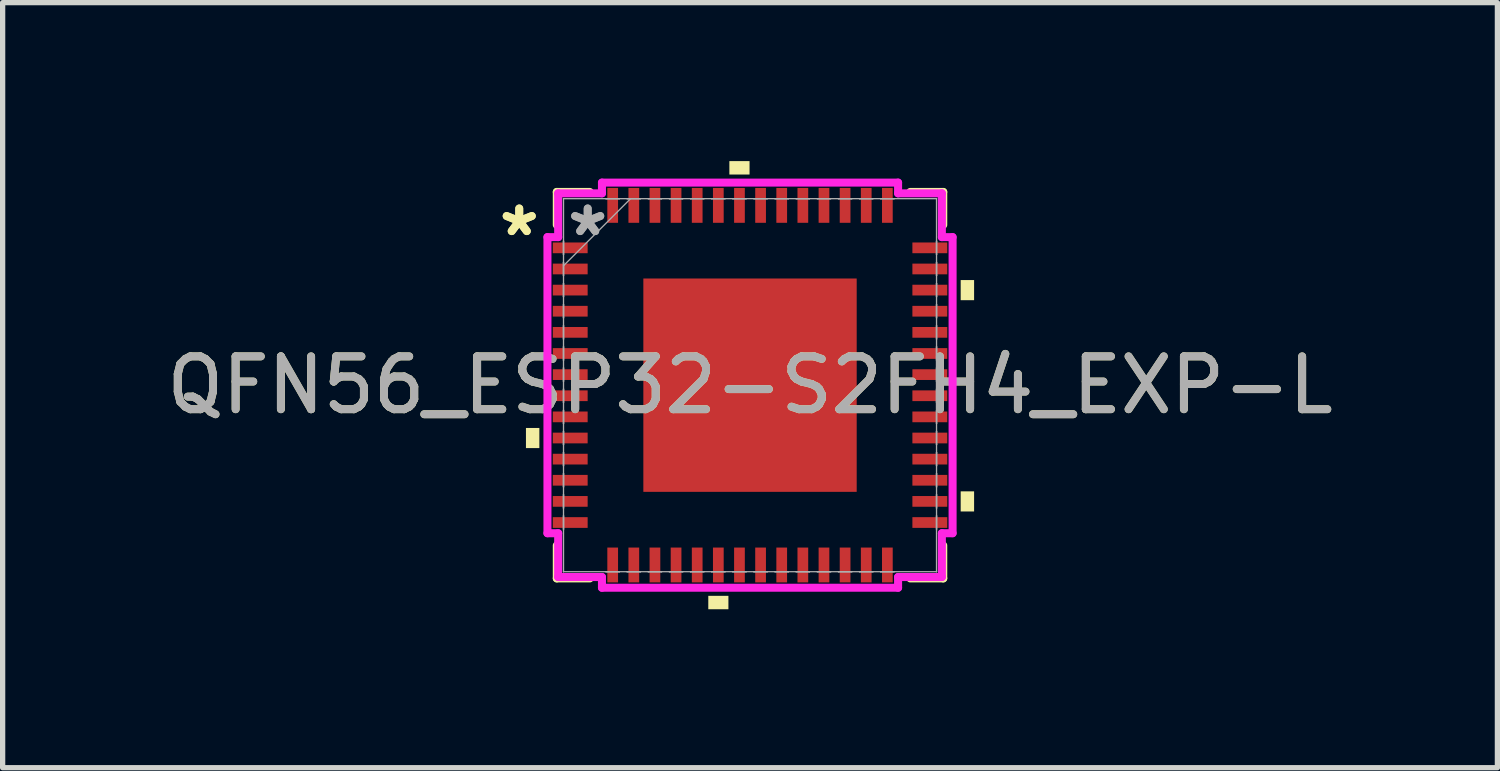
<source format=kicad_pcb>
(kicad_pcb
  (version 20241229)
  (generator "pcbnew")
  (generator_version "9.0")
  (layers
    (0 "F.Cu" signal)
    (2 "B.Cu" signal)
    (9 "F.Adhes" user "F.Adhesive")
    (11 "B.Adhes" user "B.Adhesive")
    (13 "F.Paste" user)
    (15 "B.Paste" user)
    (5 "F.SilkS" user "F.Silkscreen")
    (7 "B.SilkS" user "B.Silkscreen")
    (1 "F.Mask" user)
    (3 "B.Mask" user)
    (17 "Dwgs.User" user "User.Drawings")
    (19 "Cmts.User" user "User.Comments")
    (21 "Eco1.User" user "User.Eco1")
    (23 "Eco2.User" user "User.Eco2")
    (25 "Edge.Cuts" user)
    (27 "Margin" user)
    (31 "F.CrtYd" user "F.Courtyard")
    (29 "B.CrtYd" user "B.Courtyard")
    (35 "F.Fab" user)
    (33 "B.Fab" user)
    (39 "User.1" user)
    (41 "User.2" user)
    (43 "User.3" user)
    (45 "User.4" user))
  (footprint "QFN56_ESP32-S2FH4_EXP-L"
    (layer "F.Cu")
    (at 11.149 4.242)
    (property "Reference" "QFN56_ESP32-S2FH4_EXP-L" (at 0 0 0) (unlocked yes) (layer "F.SilkS") (effects (font (size 1 1) (thickness 0.15))))
    (attr smd)
    (fp_line (start -3.658 -3.658) (end -3.658 -3.034) (stroke (width 0.152) (type solid)) (layer "F.SilkS"))
    (fp_line (start -3.658 3.034) (end -3.658 3.658) (stroke (width 0.152) (type solid)) (layer "F.SilkS"))
    (fp_line (start -3.658 3.658) (end -3.034 3.658) (stroke (width 0.152) (type solid)) (layer "F.SilkS"))
    (fp_line (start -3.034 -3.658) (end -3.658 -3.658) (stroke (width 0.152) (type solid)) (layer "F.SilkS"))
    (fp_line (start 3.034 3.658) (end 3.658 3.658) (stroke (width 0.152) (type solid)) (layer "F.SilkS"))
    (fp_line (start 3.658 -3.658) (end 3.034 -3.658) (stroke (width 0.152) (type solid)) (layer "F.SilkS"))
    (fp_line (start 3.658 -3.034) (end 3.658 -3.658) (stroke (width 0.152) (type solid)) (layer "F.SilkS"))
    (fp_line (start 3.658 3.658) (end 3.658 3.034) (stroke (width 0.152) (type solid)) (layer "F.SilkS"))
    (fp_poly (pts (xy -4.242 0.81) (xy -4.242 1.191) (xy -3.988 1.191) (xy -3.988 0.81)) (stroke (width 0) (type solid)) (fill yes) (layer "F.SilkS"))
    (fp_poly (pts (xy -0.79 3.988) (xy -0.79 4.242) (xy -0.409 4.242) (xy -0.409 3.988)) (stroke (width 0) (type solid)) (fill yes) (layer "F.SilkS"))
    (fp_poly (pts (xy -0.391 -3.988) (xy -0.391 -4.242) (xy -0.009 -4.242) (xy -0.009 -3.988)) (stroke (width 0) (type solid)) (fill yes) (layer "F.SilkS"))
    (fp_poly (pts (xy 4.242 -1.99) (xy 4.242 -1.609) (xy 3.988 -1.609) (xy 3.988 -1.99)) (stroke (width 0) (type solid)) (fill yes) (layer "F.SilkS"))
    (fp_poly (pts (xy 4.242 2.01) (xy 4.242 2.391) (xy 3.988 2.391) (xy 3.988 2.01)) (stroke (width 0) (type solid)) (fill yes) (layer "F.SilkS"))
    (fp_poly (pts (xy -1.919 -1.919) (xy -1.919 -0.773) (xy -0.773 -0.773) (xy -0.773 -1.919)) (stroke (width 0) (type solid)) (fill yes) (layer "F.Paste"))
    (fp_poly (pts (xy -1.919 -0.573) (xy -1.919 0.573) (xy -0.773 0.573) (xy -0.773 -0.573)) (stroke (width 0) (type solid)) (fill yes) (layer "F.Paste"))
    (fp_poly (pts (xy -1.919 0.773) (xy -1.919 1.919) (xy -0.773 1.919) (xy -0.773 0.773)) (stroke (width 0) (type solid)) (fill yes) (layer "F.Paste"))
    (fp_poly (pts (xy -0.573 -1.919) (xy -0.573 -0.773) (xy 0.573 -0.773) (xy 0.573 -1.919)) (stroke (width 0) (type solid)) (fill yes) (layer "F.Paste"))
    (fp_poly (pts (xy -0.573 -0.573) (xy -0.573 0.573) (xy 0.573 0.573) (xy 0.573 -0.573)) (stroke (width 0) (type solid)) (fill yes) (layer "F.Paste"))
    (fp_poly (pts (xy -0.573 0.773) (xy -0.573 1.919) (xy 0.573 1.919) (xy 0.573 0.773)) (stroke (width 0) (type solid)) (fill yes) (layer "F.Paste"))
    (fp_poly (pts (xy 0.773 -1.919) (xy 0.773 -0.773) (xy 1.919 -0.773) (xy 1.919 -1.919)) (stroke (width 0) (type solid)) (fill yes) (layer "F.Paste"))
    (fp_poly (pts (xy 0.773 -0.573) (xy 0.773 0.573) (xy 1.919 0.573) (xy 1.919 -0.573)) (stroke (width 0) (type solid)) (fill yes) (layer "F.Paste"))
    (fp_poly (pts (xy 0.773 0.773) (xy 0.773 1.919) (xy 1.919 1.919) (xy 1.919 0.773)) (stroke (width 0) (type solid)) (fill yes) (layer "F.Paste"))
    (fp_line (start -3.835 -2.803) (end -3.632 -2.803) (stroke (width 0.152) (type solid)) (layer "F.CrtYd"))
    (fp_line (start -3.835 2.803) (end -3.835 -2.803) (stroke (width 0.152) (type solid)) (layer "F.CrtYd"))
    (fp_line (start -3.632 -3.632) (end -2.803 -3.632) (stroke (width 0.152) (type solid)) (layer "F.CrtYd"))
    (fp_line (start -3.632 -2.803) (end -3.632 -3.632) (stroke (width 0.152) (type solid)) (layer "F.CrtYd"))
    (fp_line (start -3.632 2.803) (end -3.835 2.803) (stroke (width 0.152) (type solid)) (layer "F.CrtYd"))
    (fp_line (start -3.632 3.632) (end -3.632 2.803) (stroke (width 0.152) (type solid)) (layer "F.CrtYd"))
    (fp_line (start -2.803 -3.835) (end 2.803 -3.835) (stroke (width 0.152) (type solid)) (layer "F.CrtYd"))
    (fp_line (start -2.803 -3.632) (end -2.803 -3.835) (stroke (width 0.152) (type solid)) (layer "F.CrtYd"))
    (fp_line (start -2.803 3.632) (end -3.632 3.632) (stroke (width 0.152) (type solid)) (layer "F.CrtYd"))
    (fp_line (start -2.803 3.835) (end -2.803 3.632) (stroke (width 0.152) (type solid)) (layer "F.CrtYd"))
    (fp_line (start 2.803 -3.835) (end 2.803 -3.632) (stroke (width 0.152) (type solid)) (layer "F.CrtYd"))
    (fp_line (start 2.803 -3.632) (end 3.632 -3.632) (stroke (width 0.152) (type solid)) (layer "F.CrtYd"))
    (fp_line (start 2.803 3.632) (end 2.803 3.835) (stroke (width 0.152) (type solid)) (layer "F.CrtYd"))
    (fp_line (start 2.803 3.835) (end -2.803 3.835) (stroke (width 0.152) (type solid)) (layer "F.CrtYd"))
    (fp_line (start 3.632 -3.632) (end 3.632 -2.803) (stroke (width 0.152) (type solid)) (layer "F.CrtYd"))
    (fp_line (start 3.632 -2.803) (end 3.835 -2.803) (stroke (width 0.152) (type solid)) (layer "F.CrtYd"))
    (fp_line (start 3.632 2.803) (end 3.632 3.632) (stroke (width 0.152) (type solid)) (layer "F.CrtYd"))
    (fp_line (start 3.632 3.632) (end 2.803 3.632) (stroke (width 0.152) (type solid)) (layer "F.CrtYd"))
    (fp_line (start 3.835 -2.803) (end 3.835 2.803) (stroke (width 0.152) (type solid)) (layer "F.CrtYd"))
    (fp_line (start 3.835 2.803) (end 3.632 2.803) (stroke (width 0.152) (type solid)) (layer "F.CrtYd"))
    (fp_line (start -3.531 -3.531) (end -3.531 -3.531) (stroke (width 0.025) (type solid)) (layer "F.Fab"))
    (fp_line (start -3.531 -3.531) (end -3.531 3.531) (stroke (width 0.025) (type solid)) (layer "F.Fab"))
    (fp_line (start -3.531 -2.727) (end -3.531 -2.727) (stroke (width 0.025) (type solid)) (layer "F.Fab"))
    (fp_line (start -3.531 -2.727) (end -3.531 -2.473) (stroke (width 0.025) (type solid)) (layer "F.Fab"))
    (fp_line (start -3.531 -2.473) (end -3.531 -2.727) (stroke (width 0.025) (type solid)) (layer "F.Fab"))
    (fp_line (start -3.531 -2.473) (end -3.531 -2.473) (stroke (width 0.025) (type solid)) (layer "F.Fab"))
    (fp_line (start -3.531 -2.327) (end -3.531 -2.327) (stroke (width 0.025) (type solid)) (layer "F.Fab"))
    (fp_line (start -3.531 -2.327) (end -3.531 -2.073) (stroke (width 0.025) (type solid)) (layer "F.Fab"))
    (fp_line (start -3.531 -2.261) (end -2.261 -3.531) (stroke (width 0.025) (type solid)) (layer "F.Fab"))
    (fp_line (start -3.531 -2.073) (end -3.531 -2.327) (stroke (width 0.025) (type solid)) (layer "F.Fab"))
    (fp_line (start -3.531 -2.073) (end -3.531 -2.073) (stroke (width 0.025) (type solid)) (layer "F.Fab"))
    (fp_line (start -3.531 -1.927) (end -3.531 -1.927) (stroke (width 0.025) (type solid)) (layer "F.Fab"))
    (fp_line (start -3.531 -1.927) (end -3.531 -1.673) (stroke (width 0.025) (type solid)) (layer "F.Fab"))
    (fp_line (start -3.531 -1.673) (end -3.531 -1.927) (stroke (width 0.025) (type solid)) (layer "F.Fab"))
    (fp_line (start -3.531 -1.673) (end -3.531 -1.673) (stroke (width 0.025) (type solid)) (layer "F.Fab"))
    (fp_line (start -3.531 -1.527) (end -3.531 -1.527) (stroke (width 0.025) (type solid)) (layer "F.Fab"))
    (fp_line (start -3.531 -1.527) (end -3.531 -1.273) (stroke (width 0.025) (type solid)) (layer "F.Fab"))
    (fp_line (start -3.531 -1.273) (end -3.531 -1.527) (stroke (width 0.025) (type solid)) (layer "F.Fab"))
    (fp_line (start -3.531 -1.273) (end -3.531 -1.273) (stroke (width 0.025) (type solid)) (layer "F.Fab"))
    (fp_line (start -3.531 -1.127) (end -3.531 -1.127) (stroke (width 0.025) (type solid)) (layer "F.Fab"))
    (fp_line (start -3.531 -1.127) (end -3.531 -0.873) (stroke (width 0.025) (type solid)) (layer "F.Fab"))
    (fp_line (start -3.531 -0.873) (end -3.531 -1.127) (stroke (width 0.025) (type solid)) (layer "F.Fab"))
    (fp_line (start -3.531 -0.873) (end -3.531 -0.873) (stroke (width 0.025) (type solid)) (layer "F.Fab"))
    (fp_line (start -3.531 -0.727) (end -3.531 -0.727) (stroke (width 0.025) (type solid)) (layer "F.Fab"))
    (fp_line (start -3.531 -0.727) (end -3.531 -0.473) (stroke (width 0.025) (type solid)) (layer "F.Fab"))
    (fp_line (start -3.531 -0.473) (end -3.531 -0.727) (stroke (width 0.025) (type solid)) (layer "F.Fab"))
    (fp_line (start -3.531 -0.473) (end -3.531 -0.473) (stroke (width 0.025) (type solid)) (layer "F.Fab"))
    (fp_line (start -3.531 -0.327) (end -3.531 -0.327) (stroke (width 0.025) (type solid)) (layer "F.Fab"))
    (fp_line (start -3.531 -0.327) (end -3.531 -0.073) (stroke (width 0.025) (type solid)) (layer "F.Fab"))
    (fp_line (start -3.531 -0.073) (end -3.531 -0.327) (stroke (width 0.025) (type solid)) (layer "F.Fab"))
    (fp_line (start -3.531 -0.073) (end -3.531 -0.073) (stroke (width 0.025) (type solid)) (layer "F.Fab"))
    (fp_line (start -3.531 0.073) (end -3.531 0.073) (stroke (width 0.025) (type solid)) (layer "F.Fab"))
    (fp_line (start -3.531 0.073) (end -3.531 0.327) (stroke (width 0.025) (type solid)) (layer "F.Fab"))
    (fp_line (start -3.531 0.327) (end -3.531 0.073) (stroke (width 0.025) (type solid)) (layer "F.Fab"))
    (fp_line (start -3.531 0.327) (end -3.531 0.327) (stroke (width 0.025) (type solid)) (layer "F.Fab"))
    (fp_line (start -3.531 0.473) (end -3.531 0.473) (stroke (width 0.025) (type solid)) (layer "F.Fab"))
    (fp_line (start -3.531 0.473) (end -3.531 0.727) (stroke (width 0.025) (type solid)) (layer "F.Fab"))
    (fp_line (start -3.531 0.727) (end -3.531 0.473) (stroke (width 0.025) (type solid)) (layer "F.Fab"))
    (fp_line (start -3.531 0.727) (end -3.531 0.727) (stroke (width 0.025) (type solid)) (layer "F.Fab"))
    (fp_line (start -3.531 0.873) (end -3.531 0.873) (stroke (width 0.025) (type solid)) (layer "F.Fab"))
    (fp_line (start -3.531 0.873) (end -3.531 1.127) (stroke (width 0.025) (type solid)) (layer "F.Fab"))
    (fp_line (start -3.531 1.127) (end -3.531 0.873) (stroke (width 0.025) (type solid)) (layer "F.Fab"))
    (fp_line (start -3.531 1.127) (end -3.531 1.127) (stroke (width 0.025) (type solid)) (layer "F.Fab"))
    (fp_line (start -3.531 1.273) (end -3.531 1.273) (stroke (width 0.025) (type solid)) (layer "F.Fab"))
    (fp_line (start -3.531 1.273) (end -3.531 1.527) (stroke (width 0.025) (type solid)) (layer "F.Fab"))
    (fp_line (start -3.531 1.527) (end -3.531 1.273) (stroke (width 0.025) (type solid)) (layer "F.Fab"))
    (fp_line (start -3.531 1.527) (end -3.531 1.527) (stroke (width 0.025) (type solid)) (layer "F.Fab"))
    (fp_line (start -3.531 1.673) (end -3.531 1.673) (stroke (width 0.025) (type solid)) (layer "F.Fab"))
    (fp_line (start -3.531 1.673) (end -3.531 1.927) (stroke (width 0.025) (type solid)) (layer "F.Fab"))
    (fp_line (start -3.531 1.927) (end -3.531 1.673) (stroke (width 0.025) (type solid)) (layer "F.Fab"))
    (fp_line (start -3.531 1.927) (end -3.531 1.927) (stroke (width 0.025) (type solid)) (layer "F.Fab"))
    (fp_line (start -3.531 2.073) (end -3.531 2.073) (stroke (width 0.025) (type solid)) (layer "F.Fab"))
    (fp_line (start -3.531 2.073) (end -3.531 2.327) (stroke (width 0.025) (type solid)) (layer "F.Fab"))
    (fp_line (start -3.531 2.327) (end -3.531 2.073) (stroke (width 0.025) (type solid)) (layer "F.Fab"))
    (fp_line (start -3.531 2.327) (end -3.531 2.327) (stroke (width 0.025) (type solid)) (layer "F.Fab"))
    (fp_line (start -3.531 2.473) (end -3.531 2.473) (stroke (width 0.025) (type solid)) (layer "F.Fab"))
    (fp_line (start -3.531 2.473) (end -3.531 2.727) (stroke (width 0.025) (type solid)) (layer "F.Fab"))
    (fp_line (start -3.531 2.727) (end -3.531 2.473) (stroke (width 0.025) (type solid)) (layer "F.Fab"))
    (fp_line (start -3.531 2.727) (end -3.531 2.727) (stroke (width 0.025) (type solid)) (layer "F.Fab"))
    (fp_line (start -3.531 3.531) (end -3.531 3.531) (stroke (width 0.025) (type solid)) (layer "F.Fab"))
    (fp_line (start -3.531 3.531) (end 3.531 3.531) (stroke (width 0.025) (type solid)) (layer "F.Fab"))
    (fp_line (start -2.727 -3.531) (end -2.727 -3.531) (stroke (width 0.025) (type solid)) (layer "F.Fab"))
    (fp_line (start -2.727 -3.531) (end -2.473 -3.531) (stroke (width 0.025) (type solid)) (layer "F.Fab"))
    (fp_line (start -2.727 3.531) (end -2.727 3.531) (stroke (width 0.025) (type solid)) (layer "F.Fab"))
    (fp_line (start -2.727 3.531) (end -2.473 3.531) (stroke (width 0.025) (type solid)) (layer "F.Fab"))
    (fp_line (start -2.473 -3.531) (end -2.727 -3.531) (stroke (width 0.025) (type solid)) (layer "F.Fab"))
    (fp_line (start -2.473 -3.531) (end -2.473 -3.531) (stroke (width 0.025) (type solid)) (layer "F.Fab"))
    (fp_line (start -2.473 3.531) (end -2.727 3.531) (stroke (width 0.025) (type solid)) (layer "F.Fab"))
    (fp_line (start -2.473 3.531) (end -2.473 3.531) (stroke (width 0.025) (type solid)) (layer "F.Fab"))
    (fp_line (start -2.327 -3.531) (end -2.327 -3.531) (stroke (width 0.025) (type solid)) (layer "F.Fab"))
    (fp_line (start -2.327 -3.531) (end -2.073 -3.531) (stroke (width 0.025) (type solid)) (layer "F.Fab"))
    (fp_line (start -2.327 3.531) (end -2.327 3.531) (stroke (width 0.025) (type solid)) (layer "F.Fab"))
    (fp_line (start -2.327 3.531) (end -2.073 3.531) (stroke (width 0.025) (type solid)) (layer "F.Fab"))
    (fp_line (start -2.073 -3.531) (end -2.327 -3.531) (stroke (width 0.025) (type solid)) (layer "F.Fab"))
    (fp_line (start -2.073 -3.531) (end -2.073 -3.531) (stroke (width 0.025) (type solid)) (layer "F.Fab"))
    (fp_line (start -2.073 3.531) (end -2.327 3.531) (stroke (width 0.025) (type solid)) (layer "F.Fab"))
    (fp_line (start -2.073 3.531) (end -2.073 3.531) (stroke (width 0.025) (type solid)) (layer "F.Fab"))
    (fp_line (start -1.927 -3.531) (end -1.927 -3.531) (stroke (width 0.025) (type solid)) (layer "F.Fab"))
    (fp_line (start -1.927 -3.531) (end -1.673 -3.531) (stroke (width 0.025) (type solid)) (layer "F.Fab"))
    (fp_line (start -1.927 3.531) (end -1.927 3.531) (stroke (width 0.025) (type solid)) (layer "F.Fab"))
    (fp_line (start -1.927 3.531) (end -1.673 3.531) (stroke (width 0.025) (type solid)) (layer "F.Fab"))
    (fp_line (start -1.673 -3.531) (end -1.927 -3.531) (stroke (width 0.025) (type solid)) (layer "F.Fab"))
    (fp_line (start -1.673 -3.531) (end -1.673 -3.531) (stroke (width 0.025) (type solid)) (layer "F.Fab"))
    (fp_line (start -1.673 3.531) (end -1.927 3.531) (stroke (width 0.025) (type solid)) (layer "F.Fab"))
    (fp_line (start -1.673 3.531) (end -1.673 3.531) (stroke (width 0.025) (type solid)) (layer "F.Fab"))
    (fp_line (start -1.527 -3.531) (end -1.527 -3.531) (stroke (width 0.025) (type solid)) (layer "F.Fab"))
    (fp_line (start -1.527 -3.531) (end -1.273 -3.531) (stroke (width 0.025) (type solid)) (layer "F.Fab"))
    (fp_line (start -1.527 3.531) (end -1.527 3.531) (stroke (width 0.025) (type solid)) (layer "F.Fab"))
    (fp_line (start -1.527 3.531) (end -1.273 3.531) (stroke (width 0.025) (type solid)) (layer "F.Fab"))
    (fp_line (start -1.273 -3.531) (end -1.527 -3.531) (stroke (width 0.025) (type solid)) (layer "F.Fab"))
    (fp_line (start -1.273 -3.531) (end -1.273 -3.531) (stroke (width 0.025) (type solid)) (layer "F.Fab"))
    (fp_line (start -1.273 3.531) (end -1.527 3.531) (stroke (width 0.025) (type solid)) (layer "F.Fab"))
    (fp_line (start -1.273 3.531) (end -1.273 3.531) (stroke (width 0.025) (type solid)) (layer "F.Fab"))
    (fp_line (start -1.127 -3.531) (end -1.127 -3.531) (stroke (width 0.025) (type solid)) (layer "F.Fab"))
    (fp_line (start -1.127 -3.531) (end -0.873 -3.531) (stroke (width 0.025) (type solid)) (layer "F.Fab"))
    (fp_line (start -1.127 3.531) (end -1.127 3.531) (stroke (width 0.025) (type solid)) (layer "F.Fab"))
    (fp_line (start -1.127 3.531) (end -0.873 3.531) (stroke (width 0.025) (type solid)) (layer "F.Fab"))
    (fp_line (start -0.873 -3.531) (end -1.127 -3.531) (stroke (width 0.025) (type solid)) (layer "F.Fab"))
    (fp_line (start -0.873 -3.531) (end -0.873 -3.531) (stroke (width 0.025) (type solid)) (layer "F.Fab"))
    (fp_line (start -0.873 3.531) (end -1.127 3.531) (stroke (width 0.025) (type solid)) (layer "F.Fab"))
    (fp_line (start -0.873 3.531) (end -0.873 3.531) (stroke (width 0.025) (type solid)) (layer "F.Fab"))
    (fp_line (start -0.727 -3.531) (end -0.727 -3.531) (stroke (width 0.025) (type solid)) (layer "F.Fab"))
    (fp_line (start -0.727 -3.531) (end -0.473 -3.531) (stroke (width 0.025) (type solid)) (layer "F.Fab"))
    (fp_line (start -0.727 3.531) (end -0.727 3.531) (stroke (width 0.025) (type solid)) (layer "F.Fab"))
    (fp_line (start -0.727 3.531) (end -0.473 3.531) (stroke (width 0.025) (type solid)) (layer "F.Fab"))
    (fp_line (start -0.473 -3.531) (end -0.727 -3.531) (stroke (width 0.025) (type solid)) (layer "F.Fab"))
    (fp_line (start -0.473 -3.531) (end -0.473 -3.531) (stroke (width 0.025) (type solid)) (layer "F.Fab"))
    (fp_line (start -0.473 3.531) (end -0.727 3.531) (stroke (width 0.025) (type solid)) (layer "F.Fab"))
    (fp_line (start -0.473 3.531) (end -0.473 3.531) (stroke (width 0.025) (type solid)) (layer "F.Fab"))
    (fp_line (start -0.327 -3.531) (end -0.327 -3.531) (stroke (width 0.025) (type solid)) (layer "F.Fab"))
    (fp_line (start -0.327 -3.531) (end -0.073 -3.531) (stroke (width 0.025) (type solid)) (layer "F.Fab"))
    (fp_line (start -0.327 3.531) (end -0.327 3.531) (stroke (width 0.025) (type solid)) (layer "F.Fab"))
    (fp_line (start -0.327 3.531) (end -0.073 3.531) (stroke (width 0.025) (type solid)) (layer "F.Fab"))
    (fp_line (start -0.073 -3.531) (end -0.327 -3.531) (stroke (width 0.025) (type solid)) (layer "F.Fab"))
    (fp_line (start -0.073 -3.531) (end -0.073 -3.531) (stroke (width 0.025) (type solid)) (layer "F.Fab"))
    (fp_line (start -0.073 3.531) (end -0.327 3.531) (stroke (width 0.025) (type solid)) (layer "F.Fab"))
    (fp_line (start -0.073 3.531) (end -0.073 3.531) (stroke (width 0.025) (type solid)) (layer "F.Fab"))
    (fp_line (start 0.073 -3.531) (end 0.073 -3.531) (stroke (width 0.025) (type solid)) (layer "F.Fab"))
    (fp_line (start 0.073 -3.531) (end 0.327 -3.531) (stroke (width 0.025) (type solid)) (layer "F.Fab"))
    (fp_line (start 0.073 3.531) (end 0.073 3.531) (stroke (width 0.025) (type solid)) (layer "F.Fab"))
    (fp_line (start 0.073 3.531) (end 0.327 3.531) (stroke (width 0.025) (type solid)) (layer "F.Fab"))
    (fp_line (start 0.327 -3.531) (end 0.073 -3.531) (stroke (width 0.025) (type solid)) (layer "F.Fab"))
    (fp_line (start 0.327 -3.531) (end 0.327 -3.531) (stroke (width 0.025) (type solid)) (layer "F.Fab"))
    (fp_line (start 0.327 3.531) (end 0.073 3.531) (stroke (width 0.025) (type solid)) (layer "F.Fab"))
    (fp_line (start 0.327 3.531) (end 0.327 3.531) (stroke (width 0.025) (type solid)) (layer "F.Fab"))
    (fp_line (start 0.473 -3.531) (end 0.473 -3.531) (stroke (width 0.025) (type solid)) (layer "F.Fab"))
    (fp_line (start 0.473 -3.531) (end 0.727 -3.531) (stroke (width 0.025) (type solid)) (layer "F.Fab"))
    (fp_line (start 0.473 3.531) (end 0.473 3.531) (stroke (width 0.025) (type solid)) (layer "F.Fab"))
    (fp_line (start 0.473 3.531) (end 0.727 3.531) (stroke (width 0.025) (type solid)) (layer "F.Fab"))
    (fp_line (start 0.727 -3.531) (end 0.473 -3.531) (stroke (width 0.025) (type solid)) (layer "F.Fab"))
    (fp_line (start 0.727 -3.531) (end 0.727 -3.531) (stroke (width 0.025) (type solid)) (layer "F.Fab"))
    (fp_line (start 0.727 3.531) (end 0.473 3.531) (stroke (width 0.025) (type solid)) (layer "F.Fab"))
    (fp_line (start 0.727 3.531) (end 0.727 3.531) (stroke (width 0.025) (type solid)) (layer "F.Fab"))
    (fp_line (start 0.873 -3.531) (end 0.873 -3.531) (stroke (width 0.025) (type solid)) (layer "F.Fab"))
    (fp_line (start 0.873 -3.531) (end 1.127 -3.531) (stroke (width 0.025) (type solid)) (layer "F.Fab"))
    (fp_line (start 0.873 3.531) (end 0.873 3.531) (stroke (width 0.025) (type solid)) (layer "F.Fab"))
    (fp_line (start 0.873 3.531) (end 1.127 3.531) (stroke (width 0.025) (type solid)) (layer "F.Fab"))
    (fp_line (start 1.127 -3.531) (end 0.873 -3.531) (stroke (width 0.025) (type solid)) (layer "F.Fab"))
    (fp_line (start 1.127 -3.531) (end 1.127 -3.531) (stroke (width 0.025) (type solid)) (layer "F.Fab"))
    (fp_line (start 1.127 3.531) (end 0.873 3.531) (stroke (width 0.025) (type solid)) (layer "F.Fab"))
    (fp_line (start 1.127 3.531) (end 1.127 3.531) (stroke (width 0.025) (type solid)) (layer "F.Fab"))
    (fp_line (start 1.273 -3.531) (end 1.273 -3.531) (stroke (width 0.025) (type solid)) (layer "F.Fab"))
    (fp_line (start 1.273 -3.531) (end 1.527 -3.531) (stroke (width 0.025) (type solid)) (layer "F.Fab"))
    (fp_line (start 1.273 3.531) (end 1.273 3.531) (stroke (width 0.025) (type solid)) (layer "F.Fab"))
    (fp_line (start 1.273 3.531) (end 1.527 3.531) (stroke (width 0.025) (type solid)) (layer "F.Fab"))
    (fp_line (start 1.527 -3.531) (end 1.273 -3.531) (stroke (width 0.025) (type solid)) (layer "F.Fab"))
    (fp_line (start 1.527 -3.531) (end 1.527 -3.531) (stroke (width 0.025) (type solid)) (layer "F.Fab"))
    (fp_line (start 1.527 3.531) (end 1.273 3.531) (stroke (width 0.025) (type solid)) (layer "F.Fab"))
    (fp_line (start 1.527 3.531) (end 1.527 3.531) (stroke (width 0.025) (type solid)) (layer "F.Fab"))
    (fp_line (start 1.673 -3.531) (end 1.673 -3.531) (stroke (width 0.025) (type solid)) (layer "F.Fab"))
    (fp_line (start 1.673 -3.531) (end 1.927 -3.531) (stroke (width 0.025) (type solid)) (layer "F.Fab"))
    (fp_line (start 1.673 3.531) (end 1.673 3.531) (stroke (width 0.025) (type solid)) (layer "F.Fab"))
    (fp_line (start 1.673 3.531) (end 1.927 3.531) (stroke (width 0.025) (type solid)) (layer "F.Fab"))
    (fp_line (start 1.927 -3.531) (end 1.673 -3.531) (stroke (width 0.025) (type solid)) (layer "F.Fab"))
    (fp_line (start 1.927 -3.531) (end 1.927 -3.531) (stroke (width 0.025) (type solid)) (layer "F.Fab"))
    (fp_line (start 1.927 3.531) (end 1.673 3.531) (stroke (width 0.025) (type solid)) (layer "F.Fab"))
    (fp_line (start 1.927 3.531) (end 1.927 3.531) (stroke (width 0.025) (type solid)) (layer "F.Fab"))
    (fp_line (start 2.073 -3.531) (end 2.073 -3.531) (stroke (width 0.025) (type solid)) (layer "F.Fab"))
    (fp_line (start 2.073 -3.531) (end 2.327 -3.531) (stroke (width 0.025) (type solid)) (layer "F.Fab"))
    (fp_line (start 2.073 3.531) (end 2.073 3.531) (stroke (width 0.025) (type solid)) (layer "F.Fab"))
    (fp_line (start 2.073 3.531) (end 2.327 3.531) (stroke (width 0.025) (type solid)) (layer "F.Fab"))
    (fp_line (start 2.327 -3.531) (end 2.073 -3.531) (stroke (width 0.025) (type solid)) (layer "F.Fab"))
    (fp_line (start 2.327 -3.531) (end 2.327 -3.531) (stroke (width 0.025) (type solid)) (layer "F.Fab"))
    (fp_line (start 2.327 3.531) (end 2.073 3.531) (stroke (width 0.025) (type solid)) (layer "F.Fab"))
    (fp_line (start 2.327 3.531) (end 2.327 3.531) (stroke (width 0.025) (type solid)) (layer "F.Fab"))
    (fp_line (start 2.473 -3.531) (end 2.473 -3.531) (stroke (width 0.025) (type solid)) (layer "F.Fab"))
    (fp_line (start 2.473 -3.531) (end 2.727 -3.531) (stroke (width 0.025) (type solid)) (layer "F.Fab"))
    (fp_line (start 2.473 3.531) (end 2.473 3.531) (stroke (width 0.025) (type solid)) (layer "F.Fab"))
    (fp_line (start 2.473 3.531) (end 2.727 3.531) (stroke (width 0.025) (type solid)) (layer "F.Fab"))
    (fp_line (start 2.727 -3.531) (end 2.473 -3.531) (stroke (width 0.025) (type solid)) (layer "F.Fab"))
    (fp_line (start 2.727 -3.531) (end 2.727 -3.531) (stroke (width 0.025) (type solid)) (layer "F.Fab"))
    (fp_line (start 2.727 3.531) (end 2.473 3.531) (stroke (width 0.025) (type solid)) (layer "F.Fab"))
    (fp_line (start 2.727 3.531) (end 2.727 3.531) (stroke (width 0.025) (type solid)) (layer "F.Fab"))
    (fp_line (start 3.531 -3.531) (end -3.531 -3.531) (stroke (width 0.025) (type solid)) (layer "F.Fab"))
    (fp_line (start 3.531 -3.531) (end 3.531 -3.531) (stroke (width 0.025) (type solid)) (layer "F.Fab"))
    (fp_line (start 3.531 -2.727) (end 3.531 -2.727) (stroke (width 0.025) (type solid)) (layer "F.Fab"))
    (fp_line (start 3.531 -2.727) (end 3.531 -2.473) (stroke (width 0.025) (type solid)) (layer "F.Fab"))
    (fp_line (start 3.531 -2.473) (end 3.531 -2.727) (stroke (width 0.025) (type solid)) (layer "F.Fab"))
    (fp_line (start 3.531 -2.473) (end 3.531 -2.473) (stroke (width 0.025) (type solid)) (layer "F.Fab"))
    (fp_line (start 3.531 -2.327) (end 3.531 -2.327) (stroke (width 0.025) (type solid)) (layer "F.Fab"))
    (fp_line (start 3.531 -2.327) (end 3.531 -2.073) (stroke (width 0.025) (type solid)) (layer "F.Fab"))
    (fp_line (start 3.531 -2.073) (end 3.531 -2.327) (stroke (width 0.025) (type solid)) (layer "F.Fab"))
    (fp_line (start 3.531 -2.073) (end 3.531 -2.073) (stroke (width 0.025) (type solid)) (layer "F.Fab"))
    (fp_line (start 3.531 -1.927) (end 3.531 -1.927) (stroke (width 0.025) (type solid)) (layer "F.Fab"))
    (fp_line (start 3.531 -1.927) (end 3.531 -1.673) (stroke (width 0.025) (type solid)) (layer "F.Fab"))
    (fp_line (start 3.531 -1.673) (end 3.531 -1.927) (stroke (width 0.025) (type solid)) (layer "F.Fab"))
    (fp_line (start 3.531 -1.673) (end 3.531 -1.673) (stroke (width 0.025) (type solid)) (layer "F.Fab"))
    (fp_line (start 3.531 -1.527) (end 3.531 -1.527) (stroke (width 0.025) (type solid)) (layer "F.Fab"))
    (fp_line (start 3.531 -1.527) (end 3.531 -1.273) (stroke (width 0.025) (type solid)) (layer "F.Fab"))
    (fp_line (start 3.531 -1.273) (end 3.531 -1.527) (stroke (width 0.025) (type solid)) (layer "F.Fab"))
    (fp_line (start 3.531 -1.273) (end 3.531 -1.273) (stroke (width 0.025) (type solid)) (layer "F.Fab"))
    (fp_line (start 3.531 -1.127) (end 3.531 -1.127) (stroke (width 0.025) (type solid)) (layer "F.Fab"))
    (fp_line (start 3.531 -1.127) (end 3.531 -0.873) (stroke (width 0.025) (type solid)) (layer "F.Fab"))
    (fp_line (start 3.531 -0.873) (end 3.531 -1.127) (stroke (width 0.025) (type solid)) (layer "F.Fab"))
    (fp_line (start 3.531 -0.873) (end 3.531 -0.873) (stroke (width 0.025) (type solid)) (layer "F.Fab"))
    (fp_line (start 3.531 -0.727) (end 3.531 -0.727) (stroke (width 0.025) (type solid)) (layer "F.Fab"))
    (fp_line (start 3.531 -0.727) (end 3.531 -0.473) (stroke (width 0.025) (type solid)) (layer "F.Fab"))
    (fp_line (start 3.531 -0.473) (end 3.531 -0.727) (stroke (width 0.025) (type solid)) (layer "F.Fab"))
    (fp_line (start 3.531 -0.473) (end 3.531 -0.473) (stroke (width 0.025) (type solid)) (layer "F.Fab"))
    (fp_line (start 3.531 -0.327) (end 3.531 -0.327) (stroke (width 0.025) (type solid)) (layer "F.Fab"))
    (fp_line (start 3.531 -0.327) (end 3.531 -0.073) (stroke (width 0.025) (type solid)) (layer "F.Fab"))
    (fp_line (start 3.531 -0.073) (end 3.531 -0.327) (stroke (width 0.025) (type solid)) (layer "F.Fab"))
    (fp_line (start 3.531 -0.073) (end 3.531 -0.073) (stroke (width 0.025) (type solid)) (layer "F.Fab"))
    (fp_line (start 3.531 0.073) (end 3.531 0.073) (stroke (width 0.025) (type solid)) (layer "F.Fab"))
    (fp_line (start 3.531 0.073) (end 3.531 0.327) (stroke (width 0.025) (type solid)) (layer "F.Fab"))
    (fp_line (start 3.531 0.327) (end 3.531 0.073) (stroke (width 0.025) (type solid)) (layer "F.Fab"))
    (fp_line (start 3.531 0.327) (end 3.531 0.327) (stroke (width 0.025) (type solid)) (layer "F.Fab"))
    (fp_line (start 3.531 0.473) (end 3.531 0.473) (stroke (width 0.025) (type solid)) (layer "F.Fab"))
    (fp_line (start 3.531 0.473) (end 3.531 0.727) (stroke (width 0.025) (type solid)) (layer "F.Fab"))
    (fp_line (start 3.531 0.727) (end 3.531 0.473) (stroke (width 0.025) (type solid)) (layer "F.Fab"))
    (fp_line (start 3.531 0.727) (end 3.531 0.727) (stroke (width 0.025) (type solid)) (layer "F.Fab"))
    (fp_line (start 3.531 0.873) (end 3.531 0.873) (stroke (width 0.025) (type solid)) (layer "F.Fab"))
    (fp_line (start 3.531 0.873) (end 3.531 1.127) (stroke (width 0.025) (type solid)) (layer "F.Fab"))
    (fp_line (start 3.531 1.127) (end 3.531 0.873) (stroke (width 0.025) (type solid)) (layer "F.Fab"))
    (fp_line (start 3.531 1.127) (end 3.531 1.127) (stroke (width 0.025) (type solid)) (layer "F.Fab"))
    (fp_line (start 3.531 1.273) (end 3.531 1.273) (stroke (width 0.025) (type solid)) (layer "F.Fab"))
    (fp_line (start 3.531 1.273) (end 3.531 1.527) (stroke (width 0.025) (type solid)) (layer "F.Fab"))
    (fp_line (start 3.531 1.527) (end 3.531 1.273) (stroke (width 0.025) (type solid)) (layer "F.Fab"))
    (fp_line (start 3.531 1.527) (end 3.531 1.527) (stroke (width 0.025) (type solid)) (layer "F.Fab"))
    (fp_line (start 3.531 1.673) (end 3.531 1.673) (stroke (width 0.025) (type solid)) (layer "F.Fab"))
    (fp_line (start 3.531 1.673) (end 3.531 1.927) (stroke (width 0.025) (type solid)) (layer "F.Fab"))
    (fp_line (start 3.531 1.927) (end 3.531 1.673) (stroke (width 0.025) (type solid)) (layer "F.Fab"))
    (fp_line (start 3.531 1.927) (end 3.531 1.927) (stroke (width 0.025) (type solid)) (layer "F.Fab"))
    (fp_line (start 3.531 2.073) (end 3.531 2.073) (stroke (width 0.025) (type solid)) (layer "F.Fab"))
    (fp_line (start 3.531 2.073) (end 3.531 2.327) (stroke (width 0.025) (type solid)) (layer "F.Fab"))
    (fp_line (start 3.531 2.327) (end 3.531 2.073) (stroke (width 0.025) (type solid)) (layer "F.Fab"))
    (fp_line (start 3.531 2.327) (end 3.531 2.327) (stroke (width 0.025) (type solid)) (layer "F.Fab"))
    (fp_line (start 3.531 2.473) (end 3.531 2.473) (stroke (width 0.025) (type solid)) (layer "F.Fab"))
    (fp_line (start 3.531 2.473) (end 3.531 2.727) (stroke (width 0.025) (type solid)) (layer "F.Fab"))
    (fp_line (start 3.531 2.727) (end 3.531 2.473) (stroke (width 0.025) (type solid)) (layer "F.Fab"))
    (fp_line (start 3.531 2.727) (end 3.531 2.727) (stroke (width 0.025) (type solid)) (layer "F.Fab"))
    (fp_line (start 3.531 3.531) (end 3.531 -3.531) (stroke (width 0.025) (type solid)) (layer "F.Fab"))
    (fp_line (start 3.531 3.531) (end 3.531 3.531) (stroke (width 0.025) (type solid)) (layer "F.Fab"))
    (fp_text user "*" (at -4.369 -2.8 0) (unlocked yes) (layer "F.SilkS") (effects (font (size 1 1) (thickness 0.15))))
    (fp_text user "*" (at -4.369 -2.8 0) (layer "F.SilkS") (effects (font (size 1 1) (thickness 0.15))))
    (fp_text user "*" (at -3.073 -2.8 0) (unlocked yes) (layer "F.Fab") (effects (font (size 1 1) (thickness 0.15))))
    (fp_text user "${REFERENCE}" (at 0 0 0) (unlocked yes) (layer "F.Fab") (effects (font (size 1 1) (thickness 0.15))))
    (fp_text user "*" (at -3.073 -2.8 0) (layer "F.Fab") (effects (font (size 1 1) (thickness 0.15))))
    (pad "1" smd rect (at -3.404 -2.6 90) (size 0.203 0.66) (layers "F.Cu" "F.Mask" "F.Paste"))
    (pad "2" smd rect (at -3.404 -2.2 90) (size 0.203 0.66) (layers "F.Cu" "F.Mask" "F.Paste"))
    (pad "3" smd rect (at -3.404 -1.8 90) (size 0.203 0.66) (layers "F.Cu" "F.Mask" "F.Paste"))
    (pad "4" smd rect (at -3.404 -1.4 90) (size 0.203 0.66) (layers "F.Cu" "F.Mask" "F.Paste"))
    (pad "5" smd rect (at -3.404 -1 90) (size 0.203 0.66) (layers "F.Cu" "F.Mask" "F.Paste"))
    (pad "6" smd rect (at -3.404 -0.6 90) (size 0.203 0.66) (layers "F.Cu" "F.Mask" "F.Paste"))
    (pad "7" smd rect (at -3.404 -0.2 90) (size 0.203 0.66) (layers "F.Cu" "F.Mask" "F.Paste"))
    (pad "8" smd rect (at -3.404 0.2 90) (size 0.203 0.66) (layers "F.Cu" "F.Mask" "F.Paste"))
    (pad "9" smd rect (at -3.404 0.6 90) (size 0.203 0.66) (layers "F.Cu" "F.Mask" "F.Paste"))
    (pad "10" smd rect (at -3.404 1 90) (size 0.203 0.66) (layers "F.Cu" "F.Mask" "F.Paste"))
    (pad "11" smd rect (at -3.404 1.4 90) (size 0.203 0.66) (layers "F.Cu" "F.Mask" "F.Paste"))
    (pad "12" smd rect (at -3.404 1.8 90) (size 0.203 0.66) (layers "F.Cu" "F.Mask" "F.Paste"))
    (pad "13" smd rect (at -3.404 2.2 90) (size 0.203 0.66) (layers "F.Cu" "F.Mask" "F.Paste"))
    (pad "14" smd rect (at -3.404 2.6 90) (size 0.203 0.66) (layers "F.Cu" "F.Mask" "F.Paste"))
    (pad "15" smd rect (at -2.6 3.404) (size 0.203 0.66) (layers "F.Cu" "F.Mask" "F.Paste"))
    (pad "16" smd rect (at -2.2 3.404) (size 0.203 0.66) (layers "F.Cu" "F.Mask" "F.Paste"))
    (pad "17" smd rect (at -1.8 3.404) (size 0.203 0.66) (layers "F.Cu" "F.Mask" "F.Paste"))
    (pad "18" smd rect (at -1.4 3.404) (size 0.203 0.66) (layers "F.Cu" "F.Mask" "F.Paste"))
    (pad "19" smd rect (at -1 3.404) (size 0.203 0.66) (layers "F.Cu" "F.Mask" "F.Paste"))
    (pad "20" smd rect (at -0.6 3.404) (size 0.203 0.66) (layers "F.Cu" "F.Mask" "F.Paste"))
    (pad "21" smd rect (at -0.2 3.404) (size 0.203 0.66) (layers "F.Cu" "F.Mask" "F.Paste"))
    (pad "22" smd rect (at 0.2 3.404) (size 0.203 0.66) (layers "F.Cu" "F.Mask" "F.Paste"))
    (pad "23" smd rect (at 0.6 3.404) (size 0.203 0.66) (layers "F.Cu" "F.Mask" "F.Paste"))
    (pad "24" smd rect (at 1 3.404) (size 0.203 0.66) (layers "F.Cu" "F.Mask" "F.Paste"))
    (pad "25" smd rect (at 1.4 3.404) (size 0.203 0.66) (layers "F.Cu" "F.Mask" "F.Paste"))
    (pad "26" smd rect (at 1.8 3.404) (size 0.203 0.66) (layers "F.Cu" "F.Mask" "F.Paste"))
    (pad "27" smd rect (at 2.2 3.404) (size 0.203 0.66) (layers "F.Cu" "F.Mask" "F.Paste"))
    (pad "28" smd rect (at 2.6 3.404) (size 0.203 0.66) (layers "F.Cu" "F.Mask" "F.Paste"))
    (pad "29" smd rect (at 3.404 2.6 90) (size 0.203 0.66) (layers "F.Cu" "F.Mask" "F.Paste"))
    (pad "30" smd rect (at 3.404 2.2 90) (size 0.203 0.66) (layers "F.Cu" "F.Mask" "F.Paste"))
    (pad "31" smd rect (at 3.404 1.8 90) (size 0.203 0.66) (layers "F.Cu" "F.Mask" "F.Paste"))
    (pad "32" smd rect (at 3.404 1.4 90) (size 0.203 0.66) (layers "F.Cu" "F.Mask" "F.Paste"))
    (pad "33" smd rect (at 3.404 1 90) (size 0.203 0.66) (layers "F.Cu" "F.Mask" "F.Paste"))
    (pad "34" smd rect (at 3.404 0.6 90) (size 0.203 0.66) (layers "F.Cu" "F.Mask" "F.Paste"))
    (pad "35" smd rect (at 3.404 0.2 90) (size 0.203 0.66) (layers "F.Cu" "F.Mask" "F.Paste"))
    (pad "36" smd rect (at 3.404 -0.2 90) (size 0.203 0.66) (layers "F.Cu" "F.Mask" "F.Paste"))
    (pad "37" smd rect (at 3.404 -0.6 90) (size 0.203 0.66) (layers "F.Cu" "F.Mask" "F.Paste"))
    (pad "38" smd rect (at 3.404 -1 90) (size 0.203 0.66) (layers "F.Cu" "F.Mask" "F.Paste"))
    (pad "39" smd rect (at 3.404 -1.4 90) (size 0.203 0.66) (layers "F.Cu" "F.Mask" "F.Paste"))
    (pad "40" smd rect (at 3.404 -1.8 90) (size 0.203 0.66) (layers "F.Cu" "F.Mask" "F.Paste"))
    (pad "41" smd rect (at 3.404 -2.2 90) (size 0.203 0.66) (layers "F.Cu" "F.Mask" "F.Paste"))
    (pad "42" smd rect (at 3.404 -2.6 90) (size 0.203 0.66) (layers "F.Cu" "F.Mask" "F.Paste"))
    (pad "43" smd rect (at 2.6 -3.404) (size 0.203 0.66) (layers "F.Cu" "F.Mask" "F.Paste"))
    (pad "44" smd rect (at 2.2 -3.404) (size 0.203 0.66) (layers "F.Cu" "F.Mask" "F.Paste"))
    (pad "45" smd rect (at 1.8 -3.404) (size 0.203 0.66) (layers "F.Cu" "F.Mask" "F.Paste"))
    (pad "46" smd rect (at 1.4 -3.404) (size 0.203 0.66) (layers "F.Cu" "F.Mask" "F.Paste"))
    (pad "47" smd rect (at 1 -3.404) (size 0.203 0.66) (layers "F.Cu" "F.Mask" "F.Paste"))
    (pad "48" smd rect (at 0.6 -3.404) (size 0.203 0.66) (layers "F.Cu" "F.Mask" "F.Paste"))
    (pad "49" smd rect (at 0.2 -3.404) (size 0.203 0.66) (layers "F.Cu" "F.Mask" "F.Paste"))
    (pad "50" smd rect (at -0.2 -3.404) (size 0.203 0.66) (layers "F.Cu" "F.Mask" "F.Paste"))
    (pad "51" smd rect (at -0.6 -3.404) (size 0.203 0.66) (layers "F.Cu" "F.Mask" "F.Paste"))
    (pad "52" smd rect (at -1 -3.404) (size 0.203 0.66) (layers "F.Cu" "F.Mask" "F.Paste"))
    (pad "53" smd rect (at -1.4 -3.404) (size 0.203 0.66) (layers "F.Cu" "F.Mask" "F.Paste"))
    (pad "54" smd rect (at -1.8 -3.404) (size 0.203 0.66) (layers "F.Cu" "F.Mask" "F.Paste"))
    (pad "55" smd rect (at -2.2 -3.404) (size 0.203 0.66) (layers "F.Cu" "F.Mask" "F.Paste"))
    (pad "56" smd rect (at -2.6 -3.404) (size 0.203 0.66) (layers "F.Cu" "F.Mask" "F.Paste"))
    (pad "57" smd rect (at 0 0) (size 4.039 4.039) (layers "F.Cu" "F.Mask" "F.Paste")))
  (gr_rect
    (start -3 -3)
    (end 25.298 11.484)
    (stroke (width 0.1) (type default))
    (fill no)
    (layer "Edge.Cuts")))
</source>
